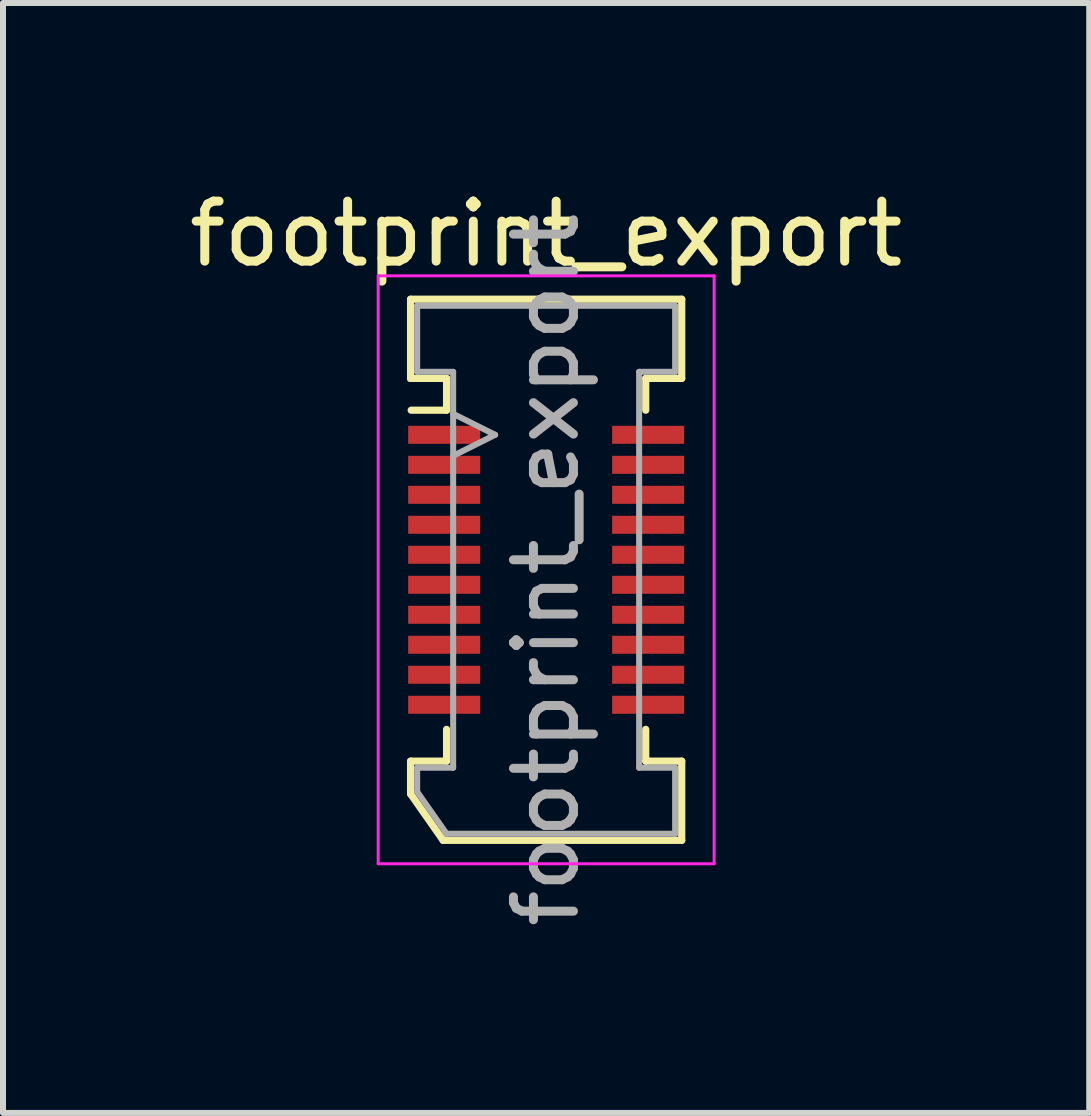
<source format=kicad_pcb>
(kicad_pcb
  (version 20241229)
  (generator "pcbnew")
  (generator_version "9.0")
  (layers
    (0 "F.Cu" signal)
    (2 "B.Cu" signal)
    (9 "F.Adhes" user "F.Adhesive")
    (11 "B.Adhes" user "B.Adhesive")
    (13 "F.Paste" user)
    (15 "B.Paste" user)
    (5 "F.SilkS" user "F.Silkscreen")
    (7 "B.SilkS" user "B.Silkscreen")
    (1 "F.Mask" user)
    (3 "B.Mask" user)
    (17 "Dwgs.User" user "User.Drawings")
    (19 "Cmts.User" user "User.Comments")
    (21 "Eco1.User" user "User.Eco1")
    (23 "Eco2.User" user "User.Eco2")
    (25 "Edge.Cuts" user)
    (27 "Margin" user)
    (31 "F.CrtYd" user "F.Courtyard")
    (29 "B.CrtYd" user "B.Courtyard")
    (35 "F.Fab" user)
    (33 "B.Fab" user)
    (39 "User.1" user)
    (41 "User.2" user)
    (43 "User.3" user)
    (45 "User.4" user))
  (footprint "footprint_export"
    (layer "F.Cu")
    (at 6.054 6.448)
    (property "Reference" "footprint_export" (at 0 -5.6 0) (layer "F.SilkS") (effects (font (size 1 1) (thickness 0.15))))
    (attr smd)
    (fp_line (start -2.26 -4.51) (end -2.26 -3.19) (stroke (width 0.12) (type solid)) (layer "F.SilkS"))
    (fp_line (start -2.26 -3.19) (end -2.26 -3.19) (stroke (width 0.12) (type solid)) (layer "F.SilkS"))
    (fp_line (start -2.26 -3.19) (end -1.66 -3.19) (stroke (width 0.12) (type solid)) (layer "F.SilkS"))
    (fp_line (start -2.26 3.19) (end -1.66 3.19) (stroke (width 0.12) (type solid)) (layer "F.SilkS"))
    (fp_line (start -2.26 3.735) (end -2.26 3.19) (stroke (width 0.12) (type solid)) (layer "F.SilkS"))
    (fp_line (start -1.717 4.51) (end -2.26 3.735) (stroke (width 0.12) (type solid)) (layer "F.SilkS"))
    (fp_line (start -1.66 -3.19) (end -1.66 -2.66) (stroke (width 0.12) (type solid)) (layer "F.SilkS"))
    (fp_line (start -1.66 -2.66) (end -2.25 -2.66) (stroke (width 0.12) (type solid)) (layer "F.SilkS"))
    (fp_line (start -1.66 3.19) (end -1.66 2.66) (stroke (width 0.12) (type solid)) (layer "F.SilkS"))
    (fp_line (start 1.66 -3.19) (end 2.26 -3.19) (stroke (width 0.12) (type solid)) (layer "F.SilkS"))
    (fp_line (start 1.66 -2.66) (end 1.66 -3.19) (stroke (width 0.12) (type solid)) (layer "F.SilkS"))
    (fp_line (start 1.66 2.66) (end 1.66 3.19) (stroke (width 0.12) (type solid)) (layer "F.SilkS"))
    (fp_line (start 1.66 3.19) (end 2.26 3.19) (stroke (width 0.12) (type solid)) (layer "F.SilkS"))
    (fp_line (start 2.26 -4.51) (end -2.26 -4.51) (stroke (width 0.12) (type solid)) (layer "F.SilkS"))
    (fp_line (start 2.26 -3.19) (end 2.26 -4.51) (stroke (width 0.12) (type solid)) (layer "F.SilkS"))
    (fp_line (start 2.26 3.19) (end 2.26 4.51) (stroke (width 0.12) (type solid)) (layer "F.SilkS"))
    (fp_line (start 2.26 4.51) (end -1.717 4.51) (stroke (width 0.12) (type solid)) (layer "F.SilkS"))
    (fp_line (start -2.8 -4.9) (end -2.8 4.9) (stroke (width 0.05) (type solid)) (layer "F.CrtYd"))
    (fp_line (start -2.8 4.9) (end 2.8 4.9) (stroke (width 0.05) (type solid)) (layer "F.CrtYd"))
    (fp_line (start 2.8 -4.9) (end -2.8 -4.9) (stroke (width 0.05) (type solid)) (layer "F.CrtYd"))
    (fp_line (start 2.8 4.9) (end 2.8 -4.9) (stroke (width 0.05) (type solid)) (layer "F.CrtYd"))
    (fp_line (start -2.15 -4.4) (end -2.15 -3.3) (stroke (width 0.1) (type solid)) (layer "F.Fab"))
    (fp_line (start -2.15 -3.3) (end -1.55 -3.3) (stroke (width 0.1) (type solid)) (layer "F.Fab"))
    (fp_line (start -2.15 3.3) (end -2.15 3.7) (stroke (width 0.1) (type solid)) (layer "F.Fab"))
    (fp_line (start -2.15 3.7) (end -1.66 4.4) (stroke (width 0.1) (type solid)) (layer "F.Fab"))
    (fp_line (start -1.66 4.4) (end 2.15 4.4) (stroke (width 0.1) (type solid)) (layer "F.Fab"))
    (fp_line (start -1.55 -3.3) (end -1.55 3.3) (stroke (width 0.1) (type solid)) (layer "F.Fab"))
    (fp_line (start -1.55 3.3) (end -2.15 3.3) (stroke (width 0.1) (type solid)) (layer "F.Fab"))
    (fp_line (start -0.85 -2.25) (end -1.55 -2.6) (stroke (width 0.1) (type solid)) (layer "F.Fab"))
    (fp_line (start -0.85 -2.25) (end -1.55 -1.9) (stroke (width 0.1) (type solid)) (layer "F.Fab"))
    (fp_line (start 1.55 -3.3) (end 2.15 -3.3) (stroke (width 0.1) (type solid)) (layer "F.Fab"))
    (fp_line (start 1.55 3.3) (end 1.55 -3.3) (stroke (width 0.1) (type solid)) (layer "F.Fab"))
    (fp_line (start 2.15 -4.4) (end -2.15 -4.4) (stroke (width 0.1) (type solid)) (layer "F.Fab"))
    (fp_line (start 2.15 -3.3) (end 2.15 -4.4) (stroke (width 0.1) (type solid)) (layer "F.Fab"))
    (fp_line (start 2.15 3.3) (end 1.55 3.3) (stroke (width 0.1) (type solid)) (layer "F.Fab"))
    (fp_line (start 2.15 4.4) (end 2.15 3.3) (stroke (width 0.1) (type solid)) (layer "F.Fab"))
    (fp_text user "${REFERENCE}" (at 0 0 90) (layer "F.Fab") (effects (font (size 1 1) (thickness 0.15))))
    (pad "1" smd rect (at -1.7 -2.25) (size 1.2 0.3) (layers "F.Cu" "F.Mask" "F.Paste"))
    (pad "2" smd rect (at 1.7 -2.25) (size 1.2 0.3) (layers "F.Cu" "F.Mask" "F.Paste"))
    (pad "3" smd rect (at -1.7 -1.75) (size 1.2 0.3) (layers "F.Cu" "F.Mask" "F.Paste"))
    (pad "4" smd rect (at 1.7 -1.75) (size 1.2 0.3) (layers "F.Cu" "F.Mask" "F.Paste"))
    (pad "5" smd rect (at -1.7 -1.25) (size 1.2 0.3) (layers "F.Cu" "F.Mask" "F.Paste"))
    (pad "6" smd rect (at 1.7 -1.25) (size 1.2 0.3) (layers "F.Cu" "F.Mask" "F.Paste"))
    (pad "7" smd rect (at -1.7 -0.75) (size 1.2 0.3) (layers "F.Cu" "F.Mask" "F.Paste"))
    (pad "8" smd rect (at 1.7 -0.75) (size 1.2 0.3) (layers "F.Cu" "F.Mask" "F.Paste"))
    (pad "9" smd rect (at -1.7 -0.25) (size 1.2 0.3) (layers "F.Cu" "F.Mask" "F.Paste"))
    (pad "10" smd rect (at 1.7 -0.25) (size 1.2 0.3) (layers "F.Cu" "F.Mask" "F.Paste"))
    (pad "11" smd rect (at -1.7 0.25) (size 1.2 0.3) (layers "F.Cu" "F.Mask" "F.Paste"))
    (pad "12" smd rect (at 1.7 0.25) (size 1.2 0.3) (layers "F.Cu" "F.Mask" "F.Paste"))
    (pad "13" smd rect (at -1.7 0.75) (size 1.2 0.3) (layers "F.Cu" "F.Mask" "F.Paste"))
    (pad "14" smd rect (at 1.7 0.75) (size 1.2 0.3) (layers "F.Cu" "F.Mask" "F.Paste"))
    (pad "15" smd rect (at -1.7 1.25) (size 1.2 0.3) (layers "F.Cu" "F.Mask" "F.Paste"))
    (pad "16" smd rect (at 1.7 1.25) (size 1.2 0.3) (layers "F.Cu" "F.Mask" "F.Paste"))
    (pad "17" smd rect (at -1.7 1.75) (size 1.2 0.3) (layers "F.Cu" "F.Mask" "F.Paste"))
    (pad "18" smd rect (at 1.7 1.75) (size 1.2 0.3) (layers "F.Cu" "F.Mask" "F.Paste"))
    (pad "19" smd rect (at -1.7 2.25) (size 1.2 0.3) (layers "F.Cu" "F.Mask" "F.Paste"))
    (pad "20" smd rect (at 1.7 2.25) (size 1.2 0.3) (layers "F.Cu" "F.Mask" "F.Paste")))
  (gr_rect
    (start -3 -3)
    (end 15.107 15.502)
    (stroke (width 0.1) (type default))
    (fill no)
    (layer "Edge.Cuts")))
</source>
